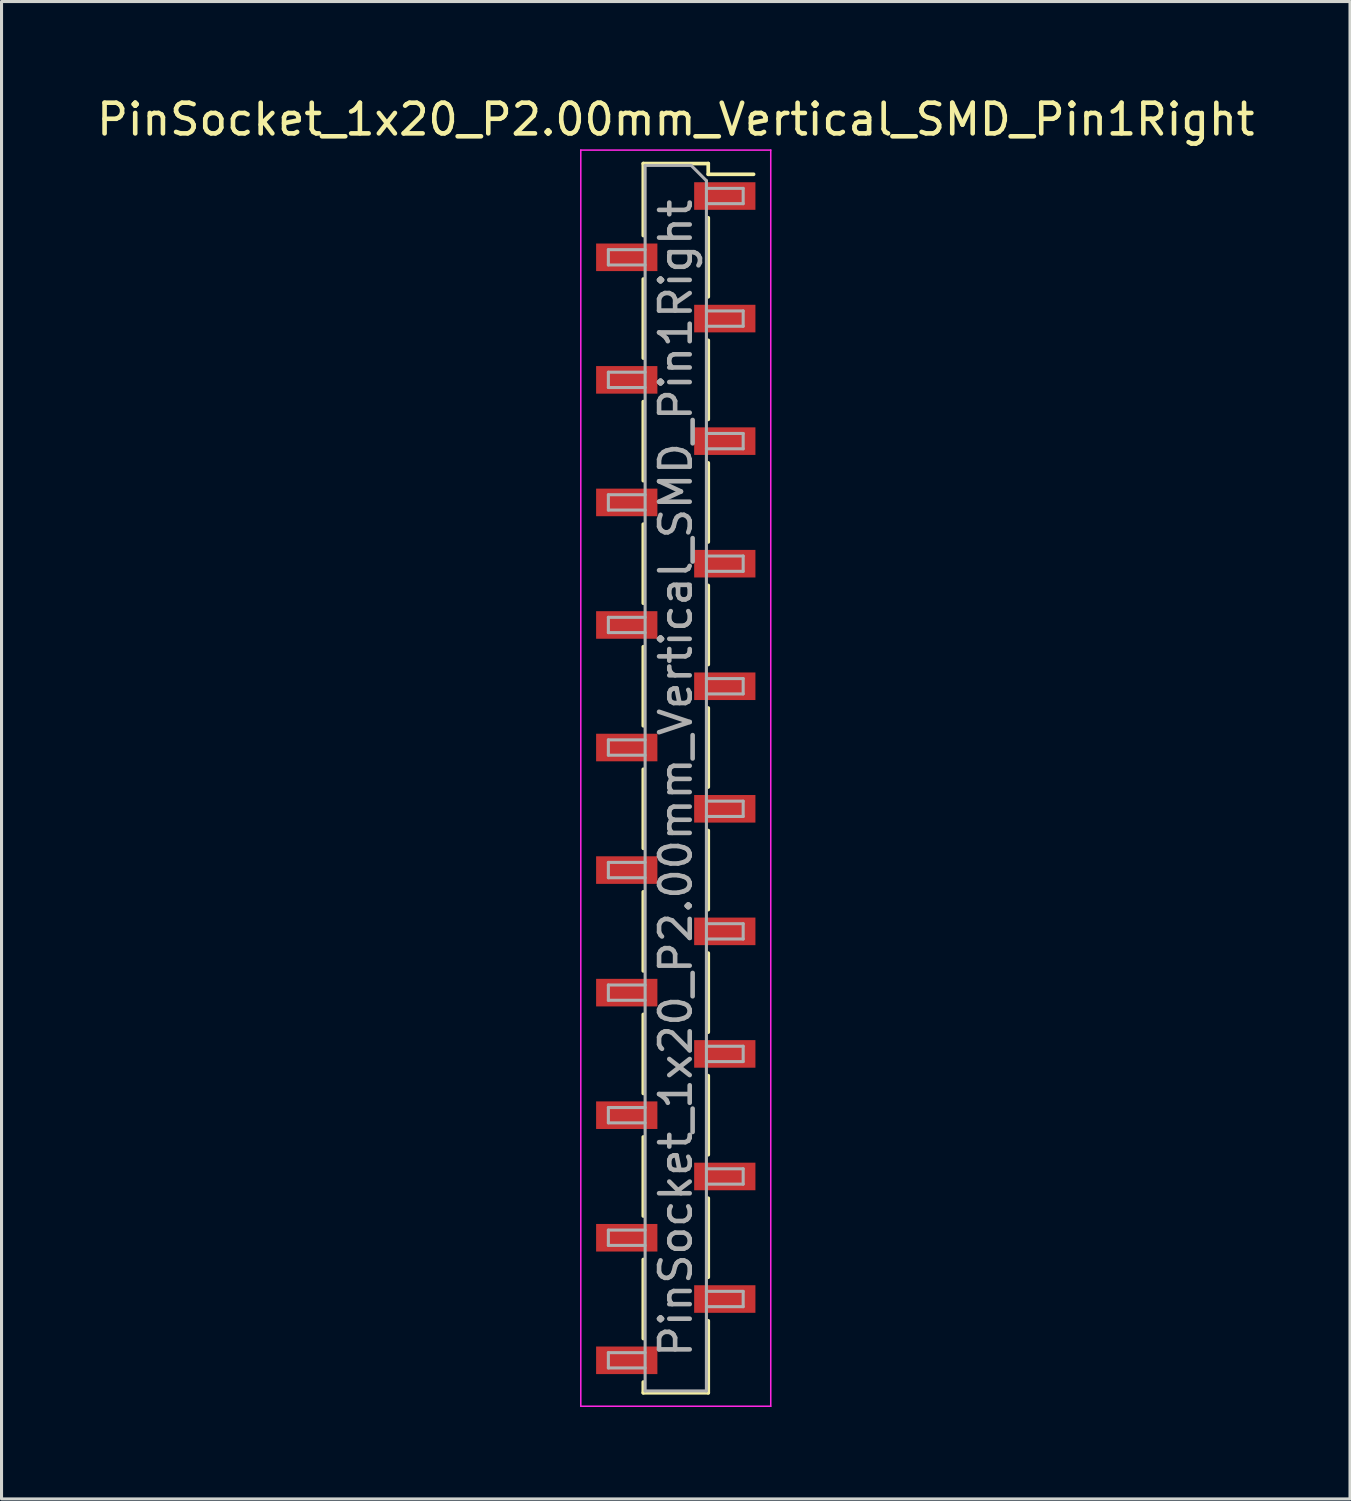
<source format=kicad_pcb>
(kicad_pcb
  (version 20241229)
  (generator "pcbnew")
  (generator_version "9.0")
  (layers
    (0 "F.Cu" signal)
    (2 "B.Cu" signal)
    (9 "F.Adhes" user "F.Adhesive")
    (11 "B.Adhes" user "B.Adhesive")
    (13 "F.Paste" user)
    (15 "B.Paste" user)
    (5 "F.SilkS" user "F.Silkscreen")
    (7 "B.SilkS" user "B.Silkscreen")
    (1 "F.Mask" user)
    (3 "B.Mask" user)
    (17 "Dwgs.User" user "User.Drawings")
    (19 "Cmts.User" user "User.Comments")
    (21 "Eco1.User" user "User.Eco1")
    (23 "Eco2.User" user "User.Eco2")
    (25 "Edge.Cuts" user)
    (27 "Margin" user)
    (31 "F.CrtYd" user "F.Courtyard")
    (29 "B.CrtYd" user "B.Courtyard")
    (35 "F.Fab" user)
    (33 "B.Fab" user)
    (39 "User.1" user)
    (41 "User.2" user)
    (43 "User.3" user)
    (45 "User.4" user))
  (footprint "PinSocket_1x20_P2.00mm_Vertical_SMD_Pin1Right"
    (layer "F.Cu")
    (at 19.006 22.348)
    (property "Reference" "PinSocket_1x20_P2.00mm_Vertical_SMD_Pin1Right" (at 0 -21.5 0) (layer "F.SilkS") (effects (font (size 1 1) (thickness 0.15))))
    (attr smd)
    (fp_line (start -1.06 -20.06) (end -1.06 -17.71) (stroke (width 0.12) (type solid)) (layer "F.SilkS"))
    (fp_line (start -1.06 -20.06) (end 1.06 -20.06) (stroke (width 0.12) (type solid)) (layer "F.SilkS"))
    (fp_line (start -1.06 -16.29) (end -1.06 -13.71) (stroke (width 0.12) (type solid)) (layer "F.SilkS"))
    (fp_line (start -1.06 -12.29) (end -1.06 -9.71) (stroke (width 0.12) (type solid)) (layer "F.SilkS"))
    (fp_line (start -1.06 -8.29) (end -1.06 -5.71) (stroke (width 0.12) (type solid)) (layer "F.SilkS"))
    (fp_line (start -1.06 -4.29) (end -1.06 -1.71) (stroke (width 0.12) (type solid)) (layer "F.SilkS"))
    (fp_line (start -1.06 -0.29) (end -1.06 2.29) (stroke (width 0.12) (type solid)) (layer "F.SilkS"))
    (fp_line (start -1.06 3.71) (end -1.06 6.29) (stroke (width 0.12) (type solid)) (layer "F.SilkS"))
    (fp_line (start -1.06 7.71) (end -1.06 10.29) (stroke (width 0.12) (type solid)) (layer "F.SilkS"))
    (fp_line (start -1.06 11.71) (end -1.06 14.29) (stroke (width 0.12) (type solid)) (layer "F.SilkS"))
    (fp_line (start -1.06 15.71) (end -1.06 18.29) (stroke (width 0.12) (type solid)) (layer "F.SilkS"))
    (fp_line (start -1.06 19.71) (end -1.06 20.06) (stroke (width 0.12) (type solid)) (layer "F.SilkS"))
    (fp_line (start -1.06 20.06) (end 1.06 20.06) (stroke (width 0.12) (type solid)) (layer "F.SilkS"))
    (fp_line (start 1.06 -20.06) (end 1.06 -19.71) (stroke (width 0.12) (type solid)) (layer "F.SilkS"))
    (fp_line (start 1.06 -19.71) (end 2.54 -19.71) (stroke (width 0.12) (type solid)) (layer "F.SilkS"))
    (fp_line (start 1.06 -18.29) (end 1.06 -15.71) (stroke (width 0.12) (type solid)) (layer "F.SilkS"))
    (fp_line (start 1.06 -14.29) (end 1.06 -11.71) (stroke (width 0.12) (type solid)) (layer "F.SilkS"))
    (fp_line (start 1.06 -10.29) (end 1.06 -7.71) (stroke (width 0.12) (type solid)) (layer "F.SilkS"))
    (fp_line (start 1.06 -6.29) (end 1.06 -3.71) (stroke (width 0.12) (type solid)) (layer "F.SilkS"))
    (fp_line (start 1.06 -2.29) (end 1.06 0.29) (stroke (width 0.12) (type solid)) (layer "F.SilkS"))
    (fp_line (start 1.06 1.71) (end 1.06 4.29) (stroke (width 0.12) (type solid)) (layer "F.SilkS"))
    (fp_line (start 1.06 5.71) (end 1.06 8.29) (stroke (width 0.12) (type solid)) (layer "F.SilkS"))
    (fp_line (start 1.06 9.71) (end 1.06 12.29) (stroke (width 0.12) (type solid)) (layer "F.SilkS"))
    (fp_line (start 1.06 13.71) (end 1.06 16.29) (stroke (width 0.12) (type solid)) (layer "F.SilkS"))
    (fp_line (start 1.06 17.71) (end 1.06 20.06) (stroke (width 0.12) (type solid)) (layer "F.SilkS"))
    (fp_line (start -3.1 -20.5) (end 3.1 -20.5) (stroke (width 0.05) (type solid)) (layer "F.CrtYd"))
    (fp_line (start -3.1 20.5) (end -3.1 -20.5) (stroke (width 0.05) (type solid)) (layer "F.CrtYd"))
    (fp_line (start 3.1 -20.5) (end 3.1 20.5) (stroke (width 0.05) (type solid)) (layer "F.CrtYd"))
    (fp_line (start 3.1 20.5) (end -3.1 20.5) (stroke (width 0.05) (type solid)) (layer "F.CrtYd"))
    (fp_line (start -2.2 -17.25) (end -1 -17.25) (stroke (width 0.1) (type solid)) (layer "F.Fab"))
    (fp_line (start -2.2 -16.75) (end -2.2 -17.25) (stroke (width 0.1) (type solid)) (layer "F.Fab"))
    (fp_line (start -2.2 -13.25) (end -1 -13.25) (stroke (width 0.1) (type solid)) (layer "F.Fab"))
    (fp_line (start -2.2 -12.75) (end -2.2 -13.25) (stroke (width 0.1) (type solid)) (layer "F.Fab"))
    (fp_line (start -2.2 -9.25) (end -1 -9.25) (stroke (width 0.1) (type solid)) (layer "F.Fab"))
    (fp_line (start -2.2 -8.75) (end -2.2 -9.25) (stroke (width 0.1) (type solid)) (layer "F.Fab"))
    (fp_line (start -2.2 -5.25) (end -1 -5.25) (stroke (width 0.1) (type solid)) (layer "F.Fab"))
    (fp_line (start -2.2 -4.75) (end -2.2 -5.25) (stroke (width 0.1) (type solid)) (layer "F.Fab"))
    (fp_line (start -2.2 -1.25) (end -1 -1.25) (stroke (width 0.1) (type solid)) (layer "F.Fab"))
    (fp_line (start -2.2 -0.75) (end -2.2 -1.25) (stroke (width 0.1) (type solid)) (layer "F.Fab"))
    (fp_line (start -2.2 2.75) (end -1 2.75) (stroke (width 0.1) (type solid)) (layer "F.Fab"))
    (fp_line (start -2.2 3.25) (end -2.2 2.75) (stroke (width 0.1) (type solid)) (layer "F.Fab"))
    (fp_line (start -2.2 6.75) (end -1 6.75) (stroke (width 0.1) (type solid)) (layer "F.Fab"))
    (fp_line (start -2.2 7.25) (end -2.2 6.75) (stroke (width 0.1) (type solid)) (layer "F.Fab"))
    (fp_line (start -2.2 10.75) (end -1 10.75) (stroke (width 0.1) (type solid)) (layer "F.Fab"))
    (fp_line (start -2.2 11.25) (end -2.2 10.75) (stroke (width 0.1) (type solid)) (layer "F.Fab"))
    (fp_line (start -2.2 14.75) (end -1 14.75) (stroke (width 0.1) (type solid)) (layer "F.Fab"))
    (fp_line (start -2.2 15.25) (end -2.2 14.75) (stroke (width 0.1) (type solid)) (layer "F.Fab"))
    (fp_line (start -2.2 18.75) (end -1 18.75) (stroke (width 0.1) (type solid)) (layer "F.Fab"))
    (fp_line (start -2.2 19.25) (end -2.2 18.75) (stroke (width 0.1) (type solid)) (layer "F.Fab"))
    (fp_line (start -1 -20) (end 0.5 -20) (stroke (width 0.1) (type solid)) (layer "F.Fab"))
    (fp_line (start -1 -16.75) (end -2.2 -16.75) (stroke (width 0.1) (type solid)) (layer "F.Fab"))
    (fp_line (start -1 -12.75) (end -2.2 -12.75) (stroke (width 0.1) (type solid)) (layer "F.Fab"))
    (fp_line (start -1 -8.75) (end -2.2 -8.75) (stroke (width 0.1) (type solid)) (layer "F.Fab"))
    (fp_line (start -1 -4.75) (end -2.2 -4.75) (stroke (width 0.1) (type solid)) (layer "F.Fab"))
    (fp_line (start -1 -0.75) (end -2.2 -0.75) (stroke (width 0.1) (type solid)) (layer "F.Fab"))
    (fp_line (start -1 3.25) (end -2.2 3.25) (stroke (width 0.1) (type solid)) (layer "F.Fab"))
    (fp_line (start -1 7.25) (end -2.2 7.25) (stroke (width 0.1) (type solid)) (layer "F.Fab"))
    (fp_line (start -1 11.25) (end -2.2 11.25) (stroke (width 0.1) (type solid)) (layer "F.Fab"))
    (fp_line (start -1 15.25) (end -2.2 15.25) (stroke (width 0.1) (type solid)) (layer "F.Fab"))
    (fp_line (start -1 19.25) (end -2.2 19.25) (stroke (width 0.1) (type solid)) (layer "F.Fab"))
    (fp_line (start -1 20) (end -1 -20) (stroke (width 0.1) (type solid)) (layer "F.Fab"))
    (fp_line (start 0.5 -20) (end 1 -19.5) (stroke (width 0.1) (type solid)) (layer "F.Fab"))
    (fp_line (start 1 -19.5) (end 1 20) (stroke (width 0.1) (type solid)) (layer "F.Fab"))
    (fp_line (start 1 -19.25) (end 2.2 -19.25) (stroke (width 0.1) (type solid)) (layer "F.Fab"))
    (fp_line (start 1 -15.25) (end 2.2 -15.25) (stroke (width 0.1) (type solid)) (layer "F.Fab"))
    (fp_line (start 1 -11.25) (end 2.2 -11.25) (stroke (width 0.1) (type solid)) (layer "F.Fab"))
    (fp_line (start 1 -7.25) (end 2.2 -7.25) (stroke (width 0.1) (type solid)) (layer "F.Fab"))
    (fp_line (start 1 -3.25) (end 2.2 -3.25) (stroke (width 0.1) (type solid)) (layer "F.Fab"))
    (fp_line (start 1 0.75) (end 2.2 0.75) (stroke (width 0.1) (type solid)) (layer "F.Fab"))
    (fp_line (start 1 4.75) (end 2.2 4.75) (stroke (width 0.1) (type solid)) (layer "F.Fab"))
    (fp_line (start 1 8.75) (end 2.2 8.75) (stroke (width 0.1) (type solid)) (layer "F.Fab"))
    (fp_line (start 1 12.75) (end 2.2 12.75) (stroke (width 0.1) (type solid)) (layer "F.Fab"))
    (fp_line (start 1 16.75) (end 2.2 16.75) (stroke (width 0.1) (type solid)) (layer "F.Fab"))
    (fp_line (start 1 20) (end -1 20) (stroke (width 0.1) (type solid)) (layer "F.Fab"))
    (fp_line (start 2.2 -19.25) (end 2.2 -18.75) (stroke (width 0.1) (type solid)) (layer "F.Fab"))
    (fp_line (start 2.2 -18.75) (end 1 -18.75) (stroke (width 0.1) (type solid)) (layer "F.Fab"))
    (fp_line (start 2.2 -15.25) (end 2.2 -14.75) (stroke (width 0.1) (type solid)) (layer "F.Fab"))
    (fp_line (start 2.2 -14.75) (end 1 -14.75) (stroke (width 0.1) (type solid)) (layer "F.Fab"))
    (fp_line (start 2.2 -11.25) (end 2.2 -10.75) (stroke (width 0.1) (type solid)) (layer "F.Fab"))
    (fp_line (start 2.2 -10.75) (end 1 -10.75) (stroke (width 0.1) (type solid)) (layer "F.Fab"))
    (fp_line (start 2.2 -7.25) (end 2.2 -6.75) (stroke (width 0.1) (type solid)) (layer "F.Fab"))
    (fp_line (start 2.2 -6.75) (end 1 -6.75) (stroke (width 0.1) (type solid)) (layer "F.Fab"))
    (fp_line (start 2.2 -3.25) (end 2.2 -2.75) (stroke (width 0.1) (type solid)) (layer "F.Fab"))
    (fp_line (start 2.2 -2.75) (end 1 -2.75) (stroke (width 0.1) (type solid)) (layer "F.Fab"))
    (fp_line (start 2.2 0.75) (end 2.2 1.25) (stroke (width 0.1) (type solid)) (layer "F.Fab"))
    (fp_line (start 2.2 1.25) (end 1 1.25) (stroke (width 0.1) (type solid)) (layer "F.Fab"))
    (fp_line (start 2.2 4.75) (end 2.2 5.25) (stroke (width 0.1) (type solid)) (layer "F.Fab"))
    (fp_line (start 2.2 5.25) (end 1 5.25) (stroke (width 0.1) (type solid)) (layer "F.Fab"))
    (fp_line (start 2.2 8.75) (end 2.2 9.25) (stroke (width 0.1) (type solid)) (layer "F.Fab"))
    (fp_line (start 2.2 9.25) (end 1 9.25) (stroke (width 0.1) (type solid)) (layer "F.Fab"))
    (fp_line (start 2.2 12.75) (end 2.2 13.25) (stroke (width 0.1) (type solid)) (layer "F.Fab"))
    (fp_line (start 2.2 13.25) (end 1 13.25) (stroke (width 0.1) (type solid)) (layer "F.Fab"))
    (fp_line (start 2.2 16.75) (end 2.2 17.25) (stroke (width 0.1) (type solid)) (layer "F.Fab"))
    (fp_line (start 2.2 17.25) (end 1 17.25) (stroke (width 0.1) (type solid)) (layer "F.Fab"))
    (fp_text user "${REFERENCE}" (at 0 0 90) (layer "F.Fab") (effects (font (size 1 1) (thickness 0.15))))
    (pad "1" smd rect (at 1.6 -19) (size 2 0.9) (layers "F.Cu" "F.Mask" "F.Paste"))
    (pad "2" smd rect (at -1.6 -17) (size 2 0.9) (layers "F.Cu" "F.Mask" "F.Paste"))
    (pad "3" smd rect (at 1.6 -15) (size 2 0.9) (layers "F.Cu" "F.Mask" "F.Paste"))
    (pad "4" smd rect (at -1.6 -13) (size 2 0.9) (layers "F.Cu" "F.Mask" "F.Paste"))
    (pad "5" smd rect (at 1.6 -11) (size 2 0.9) (layers "F.Cu" "F.Mask" "F.Paste"))
    (pad "6" smd rect (at -1.6 -9) (size 2 0.9) (layers "F.Cu" "F.Mask" "F.Paste"))
    (pad "7" smd rect (at 1.6 -7) (size 2 0.9) (layers "F.Cu" "F.Mask" "F.Paste"))
    (pad "8" smd rect (at -1.6 -5) (size 2 0.9) (layers "F.Cu" "F.Mask" "F.Paste"))
    (pad "9" smd rect (at 1.6 -3) (size 2 0.9) (layers "F.Cu" "F.Mask" "F.Paste"))
    (pad "10" smd rect (at -1.6 -1) (size 2 0.9) (layers "F.Cu" "F.Mask" "F.Paste"))
    (pad "11" smd rect (at 1.6 1) (size 2 0.9) (layers "F.Cu" "F.Mask" "F.Paste"))
    (pad "12" smd rect (at -1.6 3) (size 2 0.9) (layers "F.Cu" "F.Mask" "F.Paste"))
    (pad "13" smd rect (at 1.6 5) (size 2 0.9) (layers "F.Cu" "F.Mask" "F.Paste"))
    (pad "14" smd rect (at -1.6 7) (size 2 0.9) (layers "F.Cu" "F.Mask" "F.Paste"))
    (pad "15" smd rect (at 1.6 9) (size 2 0.9) (layers "F.Cu" "F.Mask" "F.Paste"))
    (pad "16" smd rect (at -1.6 11) (size 2 0.9) (layers "F.Cu" "F.Mask" "F.Paste"))
    (pad "17" smd rect (at 1.6 13) (size 2 0.9) (layers "F.Cu" "F.Mask" "F.Paste"))
    (pad "18" smd rect (at -1.6 15) (size 2 0.9) (layers "F.Cu" "F.Mask" "F.Paste"))
    (pad "19" smd rect (at 1.6 17) (size 2 0.9) (layers "F.Cu" "F.Mask" "F.Paste"))
    (pad "20" smd rect (at -1.6 19) (size 2 0.9) (layers "F.Cu" "F.Mask" "F.Paste")))
  (gr_rect
    (start -3 -3)
    (end 41.012 45.873)
    (stroke (width 0.1) (type default))
    (fill no)
    (layer "Edge.Cuts")))
</source>
